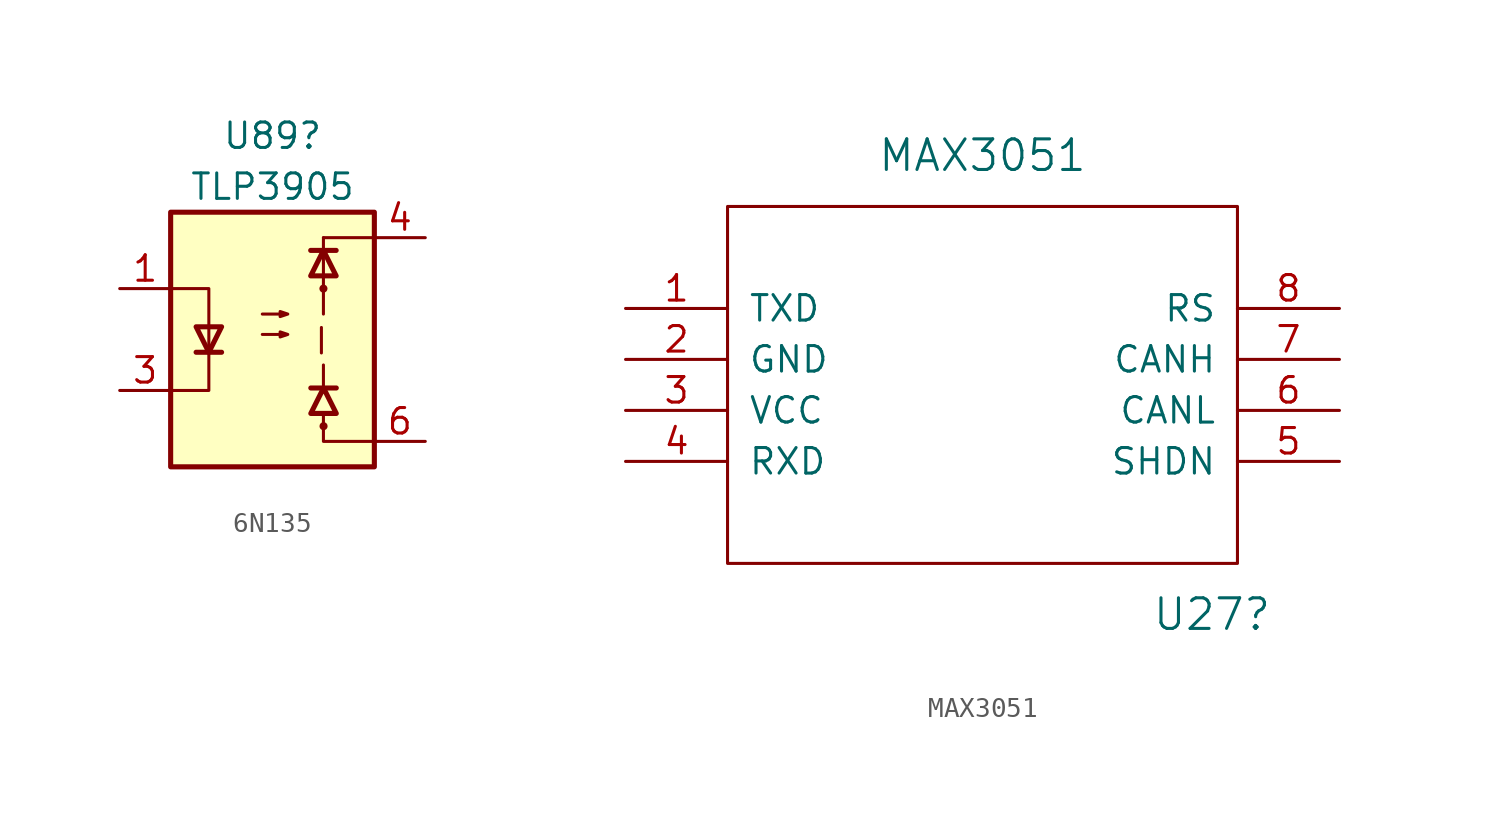
<source format=kicad_sym>
(kicad_symbol_lib
  (version 20241209)
  (generator "kicad_symbol_editor")
  (generator_version "9.0")
  (symbol "6N135"
    (pin_names
      (offset 1.016))
    (property "Reference" "U89"
      (at 0 10.16 0)
      (effects (font (size 1.27 1.27))))
    (property "Value" "TLP3905"
      (at 0 7.62 0)
      (effects (font (size 1.27 1.27))))
    (symbol "6N135_0_1"
      (rectangle (start -5.08 6.35) (end 5.08 -6.35) (stroke (width 0.254) (type default)) (fill (type background)))
      (polyline (pts (xy -5.08 2.54) (xy -3.175 2.54) (xy -3.175 -2.54) (xy -5.08 -2.54)) (stroke (width 0) (type default)) (fill (type none)))
      (polyline (pts (xy -3.81 -0.635) (xy -2.54 -0.635)) (stroke (width 0.254) (type default)) (fill (type none)))
      (polyline (pts (xy -3.175 -0.635) (xy -3.81 0.635) (xy -2.54 0.635) (xy -3.175 -0.635)) (stroke (width 0.254) (type default)) (fill (type none)))
      (polyline (pts (xy -0.508 1.27) (xy 0.762 1.27) (xy 0.381 1.143) (xy 0.381 1.397) (xy 0.762 1.27)) (stroke (width 0) (type default)) (fill (type none)))
      (polyline (pts (xy -0.508 0.254) (xy 0.762 0.254) (xy 0.381 0.127) (xy 0.381 0.381) (xy 0.762 0.254)) (stroke (width 0) (type default)) (fill (type none)))
      (polyline (pts (xy 1.905 4.445) (xy 3.175 4.445)) (stroke (width 0.254) (type default)) (fill (type none)))
      (polyline (pts (xy 1.911 -2.417) (xy 3.181 -2.417)) (stroke (width 0.254) (type default)) (fill (type none)))
      (polyline (pts (xy 2.439 -0.669) (xy 2.439 0.601)) (stroke (width 0) (type default)) (fill (type none)))
      (polyline (pts (xy 2.54 5.08) (xy 2.54 3.81)) (stroke (width 0) (type default)) (fill (type none)))
      (polyline (pts (xy 2.54 5.08) (xy 5.08 5.08)) (stroke (width 0) (type default)) (fill (type none)))
      (polyline (pts (xy 2.54 4.445) (xy 1.905 3.175) (xy 3.175 3.175) (xy 2.54 4.445)) (stroke (width 0.254) (type default)) (fill (type none)))
      (circle (center 2.54 2.54) (radius 0.127) (stroke (width 0) (type default)) (fill (type none)))
      (polyline (pts (xy 2.54 1.27) (xy 2.54 3.81)) (stroke (width 0) (type default)) (fill (type none)))
      (polyline (pts (xy 2.54 -2.54) (xy 2.54 -1.27)) (stroke (width 0) (type default)) (fill (type none)))
      (polyline (pts (xy 2.54 -3.81) (xy 2.54 -5.08) (xy 5.08 -5.08)) (stroke (width 0) (type default)) (fill (type none)))
      (polyline (pts (xy 2.546 -2.417) (xy 1.911 -3.687) (xy 3.181 -3.687) (xy 2.546 -2.417)) (stroke (width 0.254) (type default)) (fill (type none)))
      (circle (center 2.546 -4.322) (radius 0.127) (stroke (width 0) (type default)) (fill (type none))))
    (symbol "6N135_1_1"
      (pin passive line (at -7.62 2.54 0) (length 2.54) (name "~" (effects (font (size 1.27 1.27)))) (number "1" (effects (font (size 1.27 1.27)))))
      (pin passive line (at -7.62 -2.54 0) (length 2.54) (name "~" (effects (font (size 1.27 1.27)))) (number "3" (effects (font (size 1.27 1.27)))))
      (pin passive line (at 7.62 5.08 180) (length 2.54) (name "~" (effects (font (size 1.27 1.27)))) (number "4" (effects (font (size 1.27 1.27)))))
      (pin passive line (at 7.62 -5.08 180) (length 2.54) (name "~" (effects (font (size 1.27 1.27)))) (number "6" (effects (font (size 1.27 1.27)))))))
  (symbol "MAX3051"
    (pin_names
      (offset 1.016))
    (property "Reference" "U27"
      (at 11.43 -11.43 0)
      (effects (font (size 1.524 1.524))))
    (property "Value" "MAX3051"
      (at 0 11.43 0)
      (effects (font (size 1.524 1.524))))
    (symbol "MAX3051_0_1"
      (rectangle (start -12.7 8.89) (end 12.7 -8.89) (stroke (width 0) (type default)) (fill (type none))))
    (symbol "MAX3051_1_1"
      (pin input line (at -17.78 3.81 0) (length 5.08) (name "TXD" (effects (font (size 1.27 1.27)))) (number "1" (effects (font (size 1.27 1.27)))))
      (pin input line (at -17.78 1.27 0) (length 5.08) (name "GND" (effects (font (size 1.27 1.27)))) (number "2" (effects (font (size 1.27 1.27)))))
      (pin input line (at -17.78 -1.27 0) (length 5.08) (name "VCC" (effects (font (size 1.27 1.27)))) (number "3" (effects (font (size 1.27 1.27)))))
      (pin output line (at -17.78 -3.81 0) (length 5.08) (name "RXD" (effects (font (size 1.27 1.27)))) (number "4" (effects (font (size 1.27 1.27)))))
      (pin input line (at 17.78 3.81 180) (length 5.08) (name "RS" (effects (font (size 1.27 1.27)))) (number "8" (effects (font (size 1.27 1.27)))))
      (pin bidirectional line (at 17.78 1.27 180) (length 5.08) (name "CANH" (effects (font (size 1.27 1.27)))) (number "7" (effects (font (size 1.27 1.27)))))
      (pin bidirectional line (at 17.78 -1.27 180) (length 5.08) (name "CANL" (effects (font (size 1.27 1.27)))) (number "6" (effects (font (size 1.27 1.27)))))
      (pin input line (at 17.78 -3.81 180) (length 5.08) (name "SHDN" (effects (font (size 1.27 1.27)))) (number "5" (effects (font (size 1.27 1.27))))))))
</source>
